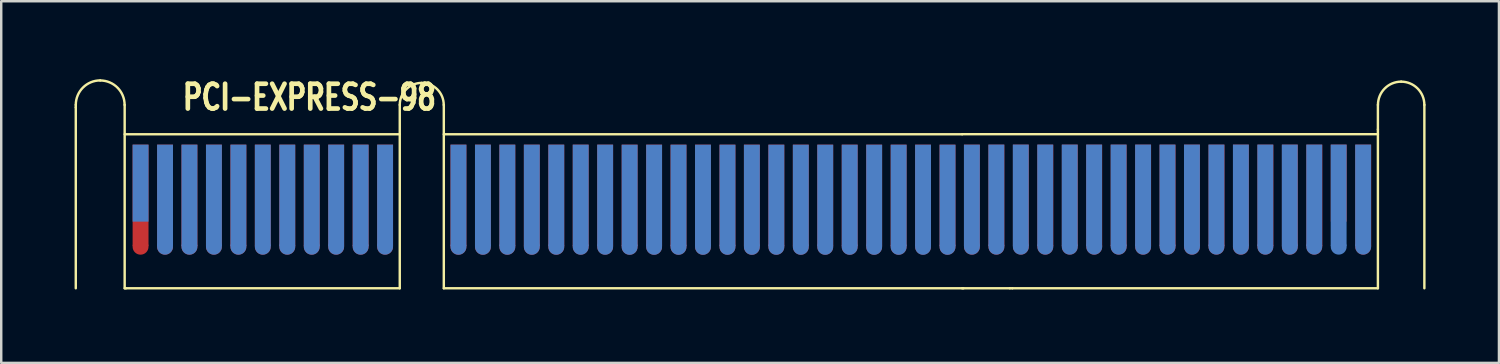
<source format=kicad_pcb>
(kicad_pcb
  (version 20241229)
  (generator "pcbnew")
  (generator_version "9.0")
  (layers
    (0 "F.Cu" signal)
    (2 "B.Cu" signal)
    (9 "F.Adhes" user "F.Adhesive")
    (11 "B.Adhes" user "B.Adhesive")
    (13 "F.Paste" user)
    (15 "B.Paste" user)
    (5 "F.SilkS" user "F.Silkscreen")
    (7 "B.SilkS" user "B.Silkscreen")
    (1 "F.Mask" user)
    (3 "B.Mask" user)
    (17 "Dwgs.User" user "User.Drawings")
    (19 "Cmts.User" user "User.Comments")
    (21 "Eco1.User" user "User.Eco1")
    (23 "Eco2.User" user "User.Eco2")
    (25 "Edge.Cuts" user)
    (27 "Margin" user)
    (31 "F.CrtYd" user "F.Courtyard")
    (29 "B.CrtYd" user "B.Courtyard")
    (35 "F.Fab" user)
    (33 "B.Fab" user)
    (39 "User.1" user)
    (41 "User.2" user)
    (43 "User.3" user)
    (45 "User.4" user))
  (footprint "PCI-EXPRESS-98"
    (layer "F.Cu")
    (at 14.047 4.739)
    (property "Reference" "PCI-EXPRESS-98" (at -4.445 -3.81 0) (layer "F.SilkS") (effects (font (size 1.016 0.762) (thickness 0.191))))
    (attr through_hole)
    (fp_line (start -13.998 -3.399) (end -13.998 -3.5) (stroke (width 0.099) (type solid)) (layer "F.SilkS"))
    (fp_line (start -13.998 4) (end -13.998 -3.399) (stroke (width 0.099) (type solid)) (layer "F.SilkS"))
    (fp_line (start -11.999 -2.299) (end -11.999 -3.5) (stroke (width 0.099) (type solid)) (layer "F.SilkS"))
    (fp_line (start -11.999 4) (end -11.999 -2.299) (stroke (width 0.099) (type solid)) (layer "F.SilkS"))
    (fp_line (start -11.999 4) (end -11.948 4) (stroke (width 0.099) (type solid)) (layer "F.SilkS"))
    (fp_line (start -11.948 -2.299) (end -0.749 -2.299) (stroke (width 0.099) (type solid)) (layer "F.SilkS"))
    (fp_line (start -11.948 4) (end -0.749 4) (stroke (width 0.099) (type solid)) (layer "F.SilkS"))
    (fp_line (start -0.749 -3.5) (end -0.749 4) (stroke (width 0.099) (type solid)) (layer "F.SilkS"))
    (fp_line (start 1.052 -3.5) (end 1.052 4) (stroke (width 0.099) (type solid)) (layer "F.SilkS"))
    (fp_line (start 1.052 4) (end 22.25 4) (stroke (width 0.099) (type solid)) (layer "F.SilkS"))
    (fp_line (start 22.25 -2.301) (end 39.251 -2.301) (stroke (width 0.099) (type solid)) (layer "F.SilkS"))
    (fp_line (start 22.25 -2.299) (end 1.052 -2.299) (stroke (width 0.099) (type solid)) (layer "F.SilkS"))
    (fp_line (start 22.301 4) (end 22.25 4) (stroke (width 0.099) (type solid)) (layer "F.SilkS"))
    (fp_line (start 22.301 4) (end 24.201 4) (stroke (width 0.099) (type solid)) (layer "F.SilkS"))
    (fp_line (start 24.3 4) (end 24.201 4) (stroke (width 0.099) (type solid)) (layer "F.SilkS"))
    (fp_line (start 24.3 4) (end 39.251 4) (stroke (width 0.099) (type solid)) (layer "F.SilkS"))
    (fp_line (start 39.251 -2.499) (end 39.251 -3.5) (stroke (width 0.099) (type solid)) (layer "F.SilkS"))
    (fp_line (start 39.251 4) (end 39.251 -2.499) (stroke (width 0.099) (type solid)) (layer "F.SilkS"))
    (fp_line (start 41.151 -3.5) (end 41.151 4) (stroke (width 0.099) (type solid)) (layer "F.SilkS"))
    (fp_arc (start -13.99794 -3.50012) (mid -13.704824 -4.207764) (end -12.99718 -4.50088) (stroke (width 0.09906) (type solid)) (layer "F.SilkS"))
    (fp_arc (start -12.99972 -4.49834) (mid -12.293872 -4.205968) (end -12.0015 -3.50012) (stroke (width 0.09906) (type solid)) (layer "F.SilkS"))
    (fp_arc (start -0.7493 -3.50012) (mid -0.485942 -4.135922) (end 0.14986 -4.39928) (stroke (width 0.09906) (type solid)) (layer "F.SilkS"))
    (fp_arc (start 0.14986 -4.39928) (mid 0.785662 -4.135922) (end 1.04902 -3.50012) (stroke (width 0.09906) (type solid)) (layer "F.SilkS"))
    (fp_arc (start 39.25316 -3.50012) (mid 39.531397 -4.171843) (end 40.20312 -4.45008) (stroke (width 0.09906) (type solid)) (layer "F.SilkS"))
    (fp_arc (start 40.20058 -4.45008) (mid 40.872303 -4.171843) (end 41.15054 -3.50012) (stroke (width 0.09906) (type solid)) (layer "F.SilkS"))
    (pad "" connect circle (at -11.349 2.301) (size 0.65 0.65) (layers "F.Cu" "F.Mask"))
    (pad "" connect circle (at -10.348 2.301) (size 0.65 0.65) (layers "F.Cu" "F.Mask"))
    (pad "" connect oval (at -10.348 2.301 90) (size 0.65 0.65) (layers "B.Cu" "B.Mask"))
    (pad "" connect circle (at -9.35 2.301) (size 0.65 0.65) (layers "F.Cu" "F.Mask"))
    (pad "" connect oval (at -9.35 2.301 90) (size 0.65 0.65) (layers "B.Cu" "B.Mask"))
    (pad "" connect circle (at -8.349 2.301) (size 0.65 0.65) (layers "F.Cu" "F.Mask"))
    (pad "" connect oval (at -8.349 2.301 90) (size 0.65 0.65) (layers "B.Cu" "B.Mask"))
    (pad "" connect circle (at -7.348 2.301) (size 0.65 0.65) (layers "F.Cu" "F.Mask"))
    (pad "" connect oval (at -7.348 2.301 90) (size 0.65 0.65) (layers "B.Cu" "B.Mask"))
    (pad "" connect circle (at -6.35 2.301) (size 0.65 0.65) (layers "F.Cu" "F.Mask"))
    (pad "" connect oval (at -6.35 2.301 90) (size 0.65 0.65) (layers "B.Cu" "B.Mask"))
    (pad "" connect circle (at -5.349 2.301) (size 0.65 0.65) (layers "F.Cu" "F.Mask"))
    (pad "" connect oval (at -5.349 2.301 90) (size 0.65 0.65) (layers "B.Cu" "B.Mask"))
    (pad "" connect circle (at -4.348 2.301) (size 0.65 0.65) (layers "F.Cu" "F.Mask"))
    (pad "" connect oval (at -4.348 2.301 90) (size 0.65 0.65) (layers "B.Cu" "B.Mask"))
    (pad "" connect circle (at -3.35 2.301) (size 0.65 0.65) (layers "F.Cu" "F.Mask"))
    (pad "" connect oval (at -3.35 2.301 90) (size 0.65 0.65) (layers "B.Cu" "B.Mask"))
    (pad "" connect circle (at -2.349 2.301) (size 0.65 0.65) (layers "F.Cu" "F.Mask"))
    (pad "" connect oval (at -2.349 2.301 90) (size 0.65 0.65) (layers "B.Cu" "B.Mask"))
    (pad "" connect circle (at -1.349 2.301) (size 0.65 0.65) (layers "F.Cu" "F.Mask"))
    (pad "" connect oval (at -1.349 2.301 90) (size 0.65 0.65) (layers "B.Cu" "B.Mask"))
    (pad "" connect circle (at 1.651 2.304) (size 0.65 0.65) (layers "F.Cu" "F.Mask"))
    (pad "" connect oval (at 1.651 2.304 90) (size 0.65 0.65) (layers "B.Cu" "B.Mask"))
    (pad "" connect circle (at 2.652 2.304) (size 0.65 0.65) (layers "F.Cu" "F.Mask"))
    (pad "" connect oval (at 2.652 2.304 90) (size 0.65 0.65) (layers "B.Cu" "B.Mask"))
    (pad "" connect circle (at 3.65 2.304) (size 0.65 0.65) (layers "F.Cu" "F.Mask"))
    (pad "" connect oval (at 3.65 2.304 90) (size 0.65 0.65) (layers "B.Cu" "B.Mask"))
    (pad "" connect circle (at 4.651 2.304) (size 0.65 0.65) (layers "F.Cu" "F.Mask"))
    (pad "" connect oval (at 4.651 2.304 90) (size 0.65 0.65) (layers "B.Cu" "B.Mask"))
    (pad "" connect circle (at 5.652 2.304) (size 0.65 0.65) (layers "F.Cu" "F.Mask"))
    (pad "" connect oval (at 5.652 2.304 90) (size 0.65 0.65) (layers "B.Cu" "B.Mask"))
    (pad "" connect circle (at 6.65 2.301) (size 0.65 0.65) (layers "F.Cu" "F.Mask"))
    (pad "" connect oval (at 6.65 2.304 90) (size 0.65 0.65) (layers "B.Cu" "B.Mask"))
    (pad "" connect circle (at 7.65 2.301) (size 0.65 0.65) (layers "F.Cu" "F.Mask"))
    (pad "" connect oval (at 7.65 2.304 90) (size 0.65 0.65) (layers "B.Cu" "B.Mask"))
    (pad "" connect oval (at 8.651 2.304 90) (size 0.65 0.65) (layers "F.Cu" "B.Mask"))
    (pad "" connect oval (at 8.651 2.306 90) (size 0.65 0.65) (layers "B.Cu" "B.Mask"))
    (pad "" connect oval (at 9.652 2.304 180) (size 0.65 0.65) (layers "F.Cu" "B.Mask"))
    (pad "" connect oval (at 9.652 2.306 90) (size 0.65 0.65) (layers "B.Cu" "B.Mask"))
    (pad "" connect oval (at 10.65 2.304 180) (size 0.65 0.65) (layers "F.Cu" "B.Mask"))
    (pad "" connect oval (at 10.65 2.306 90) (size 0.65 0.65) (layers "B.Cu" "B.Mask"))
    (pad "" connect oval (at 11.651 2.304 180) (size 0.65 0.65) (layers "F.Cu" "B.Mask"))
    (pad "" connect oval (at 11.651 2.306 90) (size 0.65 0.65) (layers "B.Cu" "B.Mask"))
    (pad "" connect oval (at 12.652 2.304 180) (size 0.65 0.65) (layers "F.Cu" "B.Mask"))
    (pad "" connect oval (at 12.652 2.306 90) (size 0.65 0.65) (layers "B.Cu" "B.Mask"))
    (pad "" connect oval (at 13.65 2.306 180) (size 0.65 0.65) (layers "F.Cu" "B.Mask"))
    (pad "" connect oval (at 13.65 2.306 90) (size 0.65 0.65) (layers "B.Cu" "B.Mask"))
    (pad "" connect oval (at 14.651 2.304 180) (size 0.65 0.65) (layers "F.Cu" "B.Mask"))
    (pad "" connect oval (at 14.651 2.306 90) (size 0.65 0.65) (layers "B.Cu" "B.Mask"))
    (pad "" connect oval (at 15.651 2.304 180) (size 0.65 0.65) (layers "F.Cu" "B.Mask"))
    (pad "" connect oval (at 15.651 2.306 90) (size 0.65 0.65) (layers "B.Cu" "B.Mask"))
    (pad "" connect oval (at 16.65 2.304 180) (size 0.65 0.65) (layers "F.Cu" "B.Mask"))
    (pad "" connect oval (at 16.65 2.306 90) (size 0.65 0.65) (layers "B.Cu" "B.Mask"))
    (pad "" connect oval (at 17.65 2.304 180) (size 0.65 0.65) (layers "F.Cu" "B.Mask"))
    (pad "" connect oval (at 17.65 2.306 90) (size 0.65 0.65) (layers "B.Cu" "B.Mask"))
    (pad "" connect oval (at 18.651 2.304 180) (size 0.65 0.65) (layers "F.Cu" "B.Mask"))
    (pad "" connect oval (at 18.651 2.306 90) (size 0.65 0.65) (layers "B.Cu" "B.Mask"))
    (pad "" connect oval (at 19.652 2.304 180) (size 0.65 0.65) (layers "F.Cu" "B.Mask"))
    (pad "" connect oval (at 19.652 2.306 90) (size 0.65 0.65) (layers "B.Cu" "B.Mask"))
    (pad "" connect circle (at 20.65 2.301) (size 0.65 0.65) (layers "F.Cu" "F.Mask"))
    (pad "" connect oval (at 20.65 2.306 90) (size 0.65 0.65) (layers "B.Cu" "B.Mask"))
    (pad "" connect oval (at 21.651 2.304 180) (size 0.65 0.65) (layers "F.Cu" "B.Mask"))
    (pad "" connect oval (at 21.651 2.306 90) (size 0.65 0.65) (layers "B.Cu" "B.Mask"))
    (pad "" connect circle (at 22.649 2.299) (size 0.65 0.65) (layers "F.Mask" "B.Cu"))
    (pad "" connect circle (at 22.649 2.301) (size 0.65 0.65) (layers "F.Cu" "F.Mask"))
    (pad "" connect circle (at 23.65 2.299) (size 0.65 0.65) (layers "F.Mask" "B.Cu"))
    (pad "" connect circle (at 23.65 2.301) (size 0.65 0.65) (layers "F.Cu" "F.Mask"))
    (pad "" connect circle (at 24.648 2.299) (size 0.65 0.65) (layers "F.Mask" "B.Cu"))
    (pad "" connect circle (at 24.651 2.299) (size 0.65 0.65) (layers "F.Cu" "F.Mask"))
    (pad "" connect circle (at 25.649 2.299) (size 0.65 0.65) (layers "F.Mask" "B.Cu"))
    (pad "" connect circle (at 25.649 2.301) (size 0.65 0.65) (layers "F.Cu" "F.Mask"))
    (pad "" connect circle (at 26.65 2.299) (size 0.65 0.65) (layers "F.Cu" "F.Mask"))
    (pad "" connect circle (at 26.65 2.299) (size 0.65 0.65) (layers "F.Mask" "B.Cu"))
    (pad "" connect circle (at 27.65 2.299) (size 0.65 0.65) (layers "F.Mask" "B.Cu"))
    (pad "" connect circle (at 27.65 2.301) (size 0.65 0.65) (layers "F.Cu" "F.Mask"))
    (pad "" connect circle (at 28.649 2.299) (size 0.65 0.65) (layers "F.Mask" "B.Cu"))
    (pad "" connect circle (at 28.651 2.299) (size 0.65 0.65) (layers "F.Cu" "F.Mask"))
    (pad "" connect circle (at 29.649 2.299) (size 0.65 0.65) (layers "F.Mask" "B.Cu"))
    (pad "" connect circle (at 29.649 2.301) (size 0.65 0.65) (layers "F.Cu" "F.Mask"))
    (pad "" connect circle (at 30.648 2.299) (size 0.65 0.65) (layers "F.Mask" "B.Cu"))
    (pad "" connect circle (at 30.65 2.299) (size 0.65 0.65) (layers "F.Cu" "F.Mask"))
    (pad "" connect circle (at 31.648 2.299) (size 0.65 0.65) (layers "F.Mask" "B.Cu"))
    (pad "" connect circle (at 31.648 2.301) (size 0.65 0.65) (layers "F.Cu" "F.Mask"))
    (pad "" connect circle (at 32.647 2.299) (size 0.65 0.65) (layers "F.Mask" "B.Cu"))
    (pad "" connect circle (at 32.649 2.299) (size 0.65 0.65) (layers "F.Cu" "F.Mask"))
    (pad "" connect circle (at 33.647 2.299) (size 0.65 0.65) (layers "F.Mask" "B.Cu"))
    (pad "" connect circle (at 33.647 2.301) (size 0.65 0.65) (layers "F.Cu" "F.Mask"))
    (pad "" connect circle (at 34.648 2.299) (size 0.65 0.65) (layers "F.Cu" "F.Mask"))
    (pad "" connect circle (at 34.648 2.299) (size 0.65 0.65) (layers "F.Mask" "B.Cu"))
    (pad "" connect circle (at 35.649 2.299) (size 0.65 0.65) (layers "F.Mask" "B.Cu"))
    (pad "" connect circle (at 35.649 2.301) (size 0.65 0.65) (layers "F.Cu" "F.Mask"))
    (pad "" connect circle (at 36.647 2.299) (size 0.65 0.65) (layers "F.Mask" "B.Cu"))
    (pad "" connect circle (at 36.65 2.299) (size 0.65 0.65) (layers "F.Cu" "F.Mask"))
    (pad "" connect circle (at 37.648 2.299) (size 0.65 0.65) (layers "F.Mask" "B.Cu"))
    (pad "" connect circle (at 38.649 2.299) (size 0.65 0.65) (layers "F.Cu" "F.Mask"))
    (pad "" connect circle (at 38.649 2.299) (size 0.65 0.65) (layers "F.Mask" "B.Cu"))
    (pad "A1" connect rect (at -11.349 -0.3) (size 0.65 3.15) (layers "B.Cu" "B.Mask"))
    (pad "A2" connect rect (at -10.348 0.201) (size 0.65 4.15) (layers "B.Cu" "B.Mask"))
    (pad "A3" connect rect (at -9.35 0.201) (size 0.65 4.15) (layers "B.Cu" "B.Mask"))
    (pad "A4" connect rect (at -8.349 0.201) (size 0.65 4.15) (layers "B.Cu" "B.Mask"))
    (pad "A5" connect rect (at -7.348 0.201) (size 0.65 4.15) (layers "B.Cu" "B.Mask"))
    (pad "A6" connect rect (at -6.35 0.201) (size 0.65 4.15) (layers "B.Cu" "B.Mask"))
    (pad "A7" connect rect (at -5.349 0.201) (size 0.65 4.15) (layers "B.Cu" "B.Mask"))
    (pad "A8" connect rect (at -4.348 0.201) (size 0.65 4.15) (layers "B.Cu" "B.Mask"))
    (pad "A9" connect rect (at -3.35 0.201) (size 0.65 4.15) (layers "B.Cu" "B.Mask"))
    (pad "A10" connect rect (at -2.349 0.201) (size 0.65 4.15) (layers "B.Cu" "B.Mask"))
    (pad "A11" connect rect (at -1.349 0.201) (size 0.65 4.15) (layers "B.Cu" "B.Mask"))
    (pad "A12" connect rect (at 1.651 0.201) (size 0.65 4.15) (layers "B.Cu" "B.Mask"))
    (pad "A13" connect rect (at 2.652 0.201) (size 0.65 4.15) (layers "B.Cu" "B.Mask"))
    (pad "A14" connect rect (at 3.65 0.201) (size 0.65 4.15) (layers "B.Cu" "B.Mask"))
    (pad "A15" connect rect (at 4.651 0.201) (size 0.65 4.15) (layers "B.Cu" "B.Mask"))
    (pad "A16" connect rect (at 5.652 0.201) (size 0.65 4.15) (layers "B.Cu" "B.Mask"))
    (pad "A17" connect rect (at 6.65 0.201) (size 0.65 4.15) (layers "B.Cu" "B.Mask"))
    (pad "A18" connect rect (at 7.65 0.201) (size 0.65 4.15) (layers "B.Cu" "B.Mask"))
    (pad "A19" connect rect (at 8.651 0.203) (size 0.65 4.15) (layers "B.Cu" "B.Mask"))
    (pad "A20" connect rect (at 9.652 0.203) (size 0.65 4.15) (layers "B.Cu" "B.Mask"))
    (pad "A21" connect rect (at 10.65 0.203) (size 0.65 4.15) (layers "B.Cu" "B.Mask"))
    (pad "A22" connect rect (at 11.651 0.203) (size 0.65 4.15) (layers "B.Cu" "B.Mask"))
    (pad "A23" connect rect (at 12.652 0.203) (size 0.65 4.15) (layers "B.Cu" "B.Mask"))
    (pad "A24" connect rect (at 13.65 0.203) (size 0.65 4.15) (layers "B.Cu" "B.Mask"))
    (pad "A25" connect rect (at 14.651 0.203) (size 0.65 4.15) (layers "B.Cu" "B.Mask"))
    (pad "A26" connect rect (at 15.651 0.203) (size 0.65 4.15) (layers "B.Cu" "B.Mask"))
    (pad "A27" connect rect (at 16.65 0.203) (size 0.65 4.15) (layers "B.Cu" "B.Mask"))
    (pad "A28" connect rect (at 17.65 0.203) (size 0.65 4.15) (layers "B.Cu" "B.Mask"))
    (pad "A29" connect rect (at 18.651 0.203) (size 0.65 4.15) (layers "B.Cu" "B.Mask"))
    (pad "A30" connect rect (at 19.652 0.203) (size 0.65 4.15) (layers "B.Cu" "B.Mask"))
    (pad "A31" connect rect (at 20.65 0.203) (size 0.65 4.15) (layers "B.Cu" "B.Mask"))
    (pad "A32" connect rect (at 21.651 0.203) (size 0.65 4.15) (layers "B.Cu" "B.Mask"))
    (pad "A33" connect rect (at 22.647 0.201) (size 0.65 4.15) (layers "B.Cu" "B.Mask"))
    (pad "A34" connect rect (at 23.647 0.198) (size 0.65 4.15) (layers "B.Cu" "B.Mask"))
    (pad "A35" connect rect (at 24.646 0.198) (size 0.65 4.15) (layers "B.Cu" "B.Mask"))
    (pad "A36" connect rect (at 25.646 0.198) (size 0.65 4.15) (layers "B.Cu" "B.Mask"))
    (pad "A37" connect rect (at 26.647 0.198) (size 0.65 4.15) (layers "B.Cu" "B.Mask"))
    (pad "A38" connect rect (at 27.645 0.198) (size 0.65 4.15) (layers "B.Cu" "B.Mask"))
    (pad "A39" connect rect (at 28.646 0.198) (size 0.65 4.15) (layers "B.Cu" "B.Mask"))
    (pad "A40" connect rect (at 29.647 0.198) (size 0.65 4.15) (layers "B.Cu" "B.Mask"))
    (pad "A41" connect rect (at 30.645 0.198) (size 0.65 4.15) (layers "B.Cu" "B.Mask"))
    (pad "A42" connect rect (at 31.646 0.198) (size 0.65 4.15) (layers "B.Cu" "B.Mask"))
    (pad "A43" connect rect (at 32.647 0.198) (size 0.65 4.15) (layers "B.Cu" "B.Mask"))
    (pad "A44" connect rect (at 33.647 0.198) (size 0.65 4.15) (layers "B.Cu" "B.Mask"))
    (pad "A45" connect rect (at 34.646 0.198) (size 0.65 4.15) (layers "B.Cu" "B.Mask"))
    (pad "A46" connect rect (at 35.646 0.198) (size 0.65 4.15) (layers "B.Cu" "B.Mask"))
    (pad "A47" connect rect (at 36.647 0.198) (size 0.65 4.15) (layers "B.Cu" "B.Mask"))
    (pad "A48" connect rect (at 37.645 0.198) (size 0.65 4.15) (layers "B.Cu" "B.Mask"))
    (pad "A49" connect rect (at 38.646 0.198) (size 0.65 4.15) (layers "B.Cu" "B.Mask"))
    (pad "B1" connect rect (at -11.349 0.201) (size 0.65 4.15) (layers "F.Cu" "B.Mask"))
    (pad "B2" connect rect (at -10.348 0.201) (size 0.65 4.15) (layers "F.Cu" "B.Mask"))
    (pad "B3" connect rect (at -9.35 0.201) (size 0.65 4.15) (layers "F.Cu" "B.Mask"))
    (pad "B4" connect rect (at -8.349 0.201) (size 0.65 4.15) (layers "F.Cu" "B.Mask"))
    (pad "B5" connect rect (at -7.348 0.201) (size 0.65 4.15) (layers "F.Cu" "B.Mask"))
    (pad "B6" connect rect (at -6.35 0.201) (size 0.65 4.15) (layers "F.Cu" "B.Mask"))
    (pad "B7" connect rect (at -5.349 0.201) (size 0.65 4.15) (layers "F.Cu" "B.Mask"))
    (pad "B8" connect rect (at -4.348 0.201) (size 0.65 4.15) (layers "F.Cu" "B.Mask"))
    (pad "B9" connect rect (at -3.35 0.201) (size 0.65 4.15) (layers "F.Cu" "B.Mask"))
    (pad "B10" connect rect (at -2.349 0.201) (size 0.65 4.15) (layers "F.Cu" "B.Mask"))
    (pad "B11" connect rect (at -1.349 0.201) (size 0.65 4.15) (layers "F.Cu" "B.Mask"))
    (pad "B12" connect rect (at 1.651 0.201) (size 0.65 4.15) (layers "F.Cu" "B.Mask"))
    (pad "B13" connect rect (at 2.652 0.201) (size 0.65 4.15) (layers "F.Cu" "B.Mask"))
    (pad "B14" connect rect (at 3.65 0.201) (size 0.65 4.15) (layers "F.Cu" "B.Mask"))
    (pad "B15" connect rect (at 4.651 0.201) (size 0.65 4.15) (layers "F.Cu" "B.Mask"))
    (pad "B16" connect rect (at 5.652 0.201) (size 0.65 4.15) (layers "F.Cu" "B.Mask"))
    (pad "B17" connect rect (at 6.65 0.201) (size 0.65 4.15) (layers "F.Cu" "B.Mask"))
    (pad "B18" connect rect (at 7.65 0.201) (size 0.65 4.15) (layers "F.Cu" "B.Mask"))
    (pad "B19" connect rect (at 8.651 0.201) (size 0.65 4.15) (layers "F.Cu" "B.Mask"))
    (pad "B20" connect rect (at 9.652 0.201) (size 0.65 4.15) (layers "F.Cu" "B.Mask"))
    (pad "B21" connect rect (at 10.65 0.201) (size 0.65 4.15) (layers "F.Cu" "B.Mask"))
    (pad "B22" connect rect (at 11.651 0.201) (size 0.65 4.15) (layers "F.Cu" "B.Mask"))
    (pad "B23" connect rect (at 12.652 0.201) (size 0.65 4.15) (layers "F.Cu" "B.Mask"))
    (pad "B24" connect rect (at 13.65 0.201) (size 0.65 4.15) (layers "F.Cu" "B.Mask"))
    (pad "B25" connect rect (at 14.651 0.201) (size 0.65 4.15) (layers "F.Cu" "B.Mask"))
    (pad "B26" connect rect (at 15.651 0.201) (size 0.65 4.15) (layers "F.Cu" "B.Mask"))
    (pad "B27" connect rect (at 16.65 0.201) (size 0.65 4.15) (layers "F.Cu" "B.Mask"))
    (pad "B28" connect rect (at 17.65 0.201) (size 0.65 4.15) (layers "F.Cu" "B.Mask"))
    (pad "B29" connect rect (at 18.651 0.201) (size 0.65 4.15) (layers "F.Cu" "B.Mask"))
    (pad "B30" connect rect (at 19.652 0.201) (size 0.65 4.15) (layers "F.Cu" "B.Mask"))
    (pad "B31" connect rect (at 20.65 0.201) (size 0.65 4.15) (layers "F.Cu" "B.Mask"))
    (pad "B32" connect rect (at 21.651 0.201) (size 0.65 4.15) (layers "F.Cu" "B.Mask"))
    (pad "B33" connect rect (at 22.649 0.201) (size 0.65 4.15) (layers "F.Cu" "B.Mask"))
    (pad "B34" connect rect (at 23.65 0.201) (size 0.65 4.15) (layers "F.Cu" "B.Mask"))
    (pad "B35" connect rect (at 24.651 0.201) (size 0.65 4.15) (layers "F.Cu" "B.Mask"))
    (pad "B36" connect rect (at 25.651 0.201) (size 0.65 4.15) (layers "F.Cu" "B.Mask"))
    (pad "B37" connect rect (at 26.652 0.201) (size 0.65 4.15) (layers "F.Cu" "B.Mask"))
    (pad "B38" connect rect (at 27.65 0.201) (size 0.65 4.15) (layers "F.Cu" "B.Mask"))
    (pad "B39" connect rect (at 28.651 0.201) (size 0.65 4.15) (layers "F.Cu" "B.Mask"))
    (pad "B40" connect rect (at 29.652 0.201) (size 0.65 4.15) (layers "F.Cu" "B.Mask"))
    (pad "B41" connect rect (at 30.65 0.201) (size 0.65 4.15) (layers "F.Cu" "B.Mask"))
    (pad "B42" connect rect (at 31.651 0.201) (size 0.65 4.15) (layers "F.Cu" "B.Mask"))
    (pad "B43" connect rect (at 32.652 0.201) (size 0.65 4.15) (layers "F.Cu" "B.Mask"))
    (pad "B44" connect rect (at 33.65 0.201) (size 0.65 4.15) (layers "F.Cu" "B.Mask"))
    (pad "B45" connect rect (at 34.651 0.201) (size 0.65 4.15) (layers "F.Cu" "B.Mask"))
    (pad "B46" connect rect (at 35.651 0.201) (size 0.65 4.15) (layers "F.Cu" "B.Mask"))
    (pad "B47" connect rect (at 36.652 0.201) (size 0.65 4.15) (layers "F.Cu" "B.Mask"))
    (pad "B48" connect rect (at 37.65 -0.3) (size 0.65 3.15) (layers "F.Cu" "B.Mask"))
    (pad "B49" connect rect (at 38.651 0.201) (size 0.65 4.15) (layers "F.Cu" "B.Mask")))
  (gr_rect
    (start -3 -3)
    (end 58.248 11.789)
    (stroke (width 0.1) (type default))
    (fill no)
    (layer "Edge.Cuts")))
</source>
